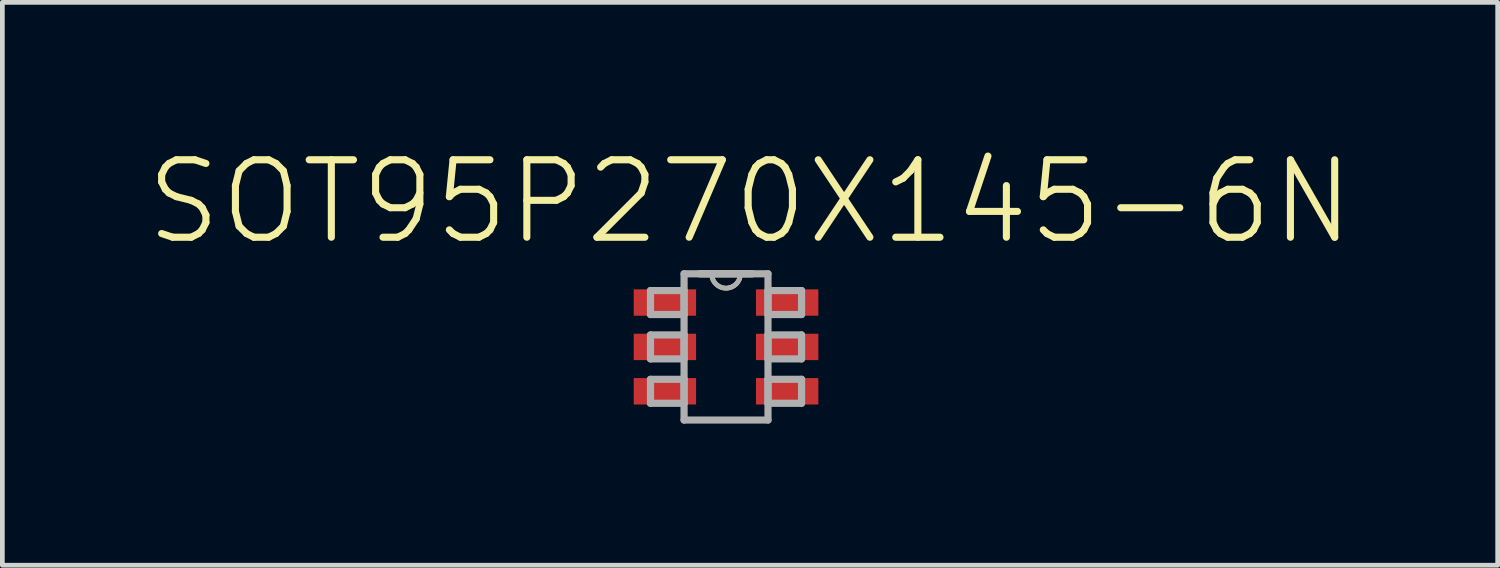
<source format=kicad_pcb>
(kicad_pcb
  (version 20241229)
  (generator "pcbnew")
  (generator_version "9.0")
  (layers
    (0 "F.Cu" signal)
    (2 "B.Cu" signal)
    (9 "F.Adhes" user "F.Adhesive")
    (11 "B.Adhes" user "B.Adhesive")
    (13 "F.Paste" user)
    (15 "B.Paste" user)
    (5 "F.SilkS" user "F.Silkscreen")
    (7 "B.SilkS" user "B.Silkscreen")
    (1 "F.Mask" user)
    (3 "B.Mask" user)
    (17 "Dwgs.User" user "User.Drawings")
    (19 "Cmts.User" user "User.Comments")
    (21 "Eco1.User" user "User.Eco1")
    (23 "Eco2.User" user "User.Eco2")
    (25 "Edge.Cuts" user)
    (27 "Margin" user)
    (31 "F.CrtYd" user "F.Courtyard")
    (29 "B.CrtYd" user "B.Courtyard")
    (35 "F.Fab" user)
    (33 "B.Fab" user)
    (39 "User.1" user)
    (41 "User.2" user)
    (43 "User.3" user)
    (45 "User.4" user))
  (footprint "SOT95P270X145-6N"
    (layer "F.Cu")
    (at 12.33 4.299)
    (property "Reference" "SOT95P270X145-6N" (at 0.508 -3.075 0) (layer "F.SilkS") (effects (font (size 1.641 1.641) (thickness 0.15))))
    (attr smd)
    (fp_line (start -0.305 -1.549) (end -0.559 -1.549) (stroke (width 0.152) (type solid)) (layer "F.SilkS"))
    (fp_line (start 0.305 -1.549) (end -0.305 -1.549) (stroke (width 0.152) (type solid)) (layer "F.SilkS"))
    (fp_line (start 0.559 -1.549) (end 0.305 -1.549) (stroke (width 0.152) (type solid)) (layer "F.SilkS"))
    (fp_arc (start 0.3048 -1.5494) (mid 0 -1.2446) (end -0.3048 -1.5494) (stroke (width 0.1) (type solid)) (layer "F.SilkS"))
    (fp_line (start -1.6 -1.194) (end -1.6 -0.686) (stroke (width 0.152) (type solid)) (layer "F.Fab"))
    (fp_line (start -1.6 -0.686) (end -0.889 -0.686) (stroke (width 0.152) (type solid)) (layer "F.Fab"))
    (fp_line (start -1.6 -0.254) (end -1.6 0.254) (stroke (width 0.152) (type solid)) (layer "F.Fab"))
    (fp_line (start -1.6 0.254) (end -0.889 0.254) (stroke (width 0.152) (type solid)) (layer "F.Fab"))
    (fp_line (start -1.6 0.686) (end -1.6 1.194) (stroke (width 0.152) (type solid)) (layer "F.Fab"))
    (fp_line (start -1.6 1.194) (end -0.889 1.194) (stroke (width 0.152) (type solid)) (layer "F.Fab"))
    (fp_line (start -0.889 -1.549) (end -0.889 1.549) (stroke (width 0.152) (type solid)) (layer "F.Fab"))
    (fp_line (start -0.889 -1.194) (end -1.6 -1.194) (stroke (width 0.152) (type solid)) (layer "F.Fab"))
    (fp_line (start -0.889 -0.686) (end -0.889 -1.194) (stroke (width 0.152) (type solid)) (layer "F.Fab"))
    (fp_line (start -0.889 -0.254) (end -1.6 -0.254) (stroke (width 0.152) (type solid)) (layer "F.Fab"))
    (fp_line (start -0.889 0.254) (end -0.889 -0.254) (stroke (width 0.152) (type solid)) (layer "F.Fab"))
    (fp_line (start -0.889 0.686) (end -1.6 0.686) (stroke (width 0.152) (type solid)) (layer "F.Fab"))
    (fp_line (start -0.889 1.194) (end -0.889 0.686) (stroke (width 0.152) (type solid)) (layer "F.Fab"))
    (fp_line (start -0.889 1.549) (end 0.889 1.549) (stroke (width 0.152) (type solid)) (layer "F.Fab"))
    (fp_line (start -0.305 -1.549) (end -0.889 -1.549) (stroke (width 0.152) (type solid)) (layer "F.Fab"))
    (fp_line (start 0.305 -1.549) (end -0.305 -1.549) (stroke (width 0.152) (type solid)) (layer "F.Fab"))
    (fp_line (start 0.889 -1.549) (end 0.305 -1.549) (stroke (width 0.152) (type solid)) (layer "F.Fab"))
    (fp_line (start 0.889 -1.194) (end 0.889 -0.686) (stroke (width 0.152) (type solid)) (layer "F.Fab"))
    (fp_line (start 0.889 -0.686) (end 1.6 -0.686) (stroke (width 0.152) (type solid)) (layer "F.Fab"))
    (fp_line (start 0.889 -0.254) (end 0.889 0.254) (stroke (width 0.152) (type solid)) (layer "F.Fab"))
    (fp_line (start 0.889 0.254) (end 1.6 0.254) (stroke (width 0.152) (type solid)) (layer "F.Fab"))
    (fp_line (start 0.889 0.686) (end 0.889 1.194) (stroke (width 0.152) (type solid)) (layer "F.Fab"))
    (fp_line (start 0.889 1.194) (end 1.6 1.194) (stroke (width 0.152) (type solid)) (layer "F.Fab"))
    (fp_line (start 0.889 1.549) (end 0.889 -1.549) (stroke (width 0.152) (type solid)) (layer "F.Fab"))
    (fp_line (start 1.6 -1.194) (end 0.889 -1.194) (stroke (width 0.152) (type solid)) (layer "F.Fab"))
    (fp_line (start 1.6 -0.686) (end 1.6 -1.194) (stroke (width 0.152) (type solid)) (layer "F.Fab"))
    (fp_line (start 1.6 -0.254) (end 0.889 -0.254) (stroke (width 0.152) (type solid)) (layer "F.Fab"))
    (fp_line (start 1.6 0.254) (end 1.6 -0.254) (stroke (width 0.152) (type solid)) (layer "F.Fab"))
    (fp_line (start 1.6 0.686) (end 0.889 0.686) (stroke (width 0.152) (type solid)) (layer "F.Fab"))
    (fp_line (start 1.6 1.194) (end 1.6 0.686) (stroke (width 0.152) (type solid)) (layer "F.Fab"))
    (fp_arc (start 0.3048 -1.5494) (mid 0 -1.2446) (end -0.3048 -1.5494) (stroke (width 0.1) (type solid)) (layer "F.Fab"))
    (pad "1" smd rect (at -1.295 -0.94) (size 1.321 0.559) (layers "F.Cu" "F.Mask" "F.Paste"))
    (pad "2" smd rect (at -1.295 0) (size 1.321 0.559) (layers "F.Cu" "F.Mask" "F.Paste"))
    (pad "3" smd rect (at -1.295 0.94) (size 1.321 0.559) (layers "F.Cu" "F.Mask" "F.Paste"))
    (pad "4" smd rect (at 1.295 0.94) (size 1.321 0.559) (layers "F.Cu" "F.Mask" "F.Paste"))
    (pad "5" smd rect (at 1.295 0) (size 1.321 0.559) (layers "F.Cu" "F.Mask" "F.Paste"))
    (pad "6" smd rect (at 1.295 -0.94) (size 1.321 0.559) (layers "F.Cu" "F.Mask" "F.Paste")))
  (gr_rect
    (start -3 -3)
    (end 28.676 8.924)
    (stroke (width 0.1) (type default))
    (fill no)
    (layer "Edge.Cuts")))
</source>
